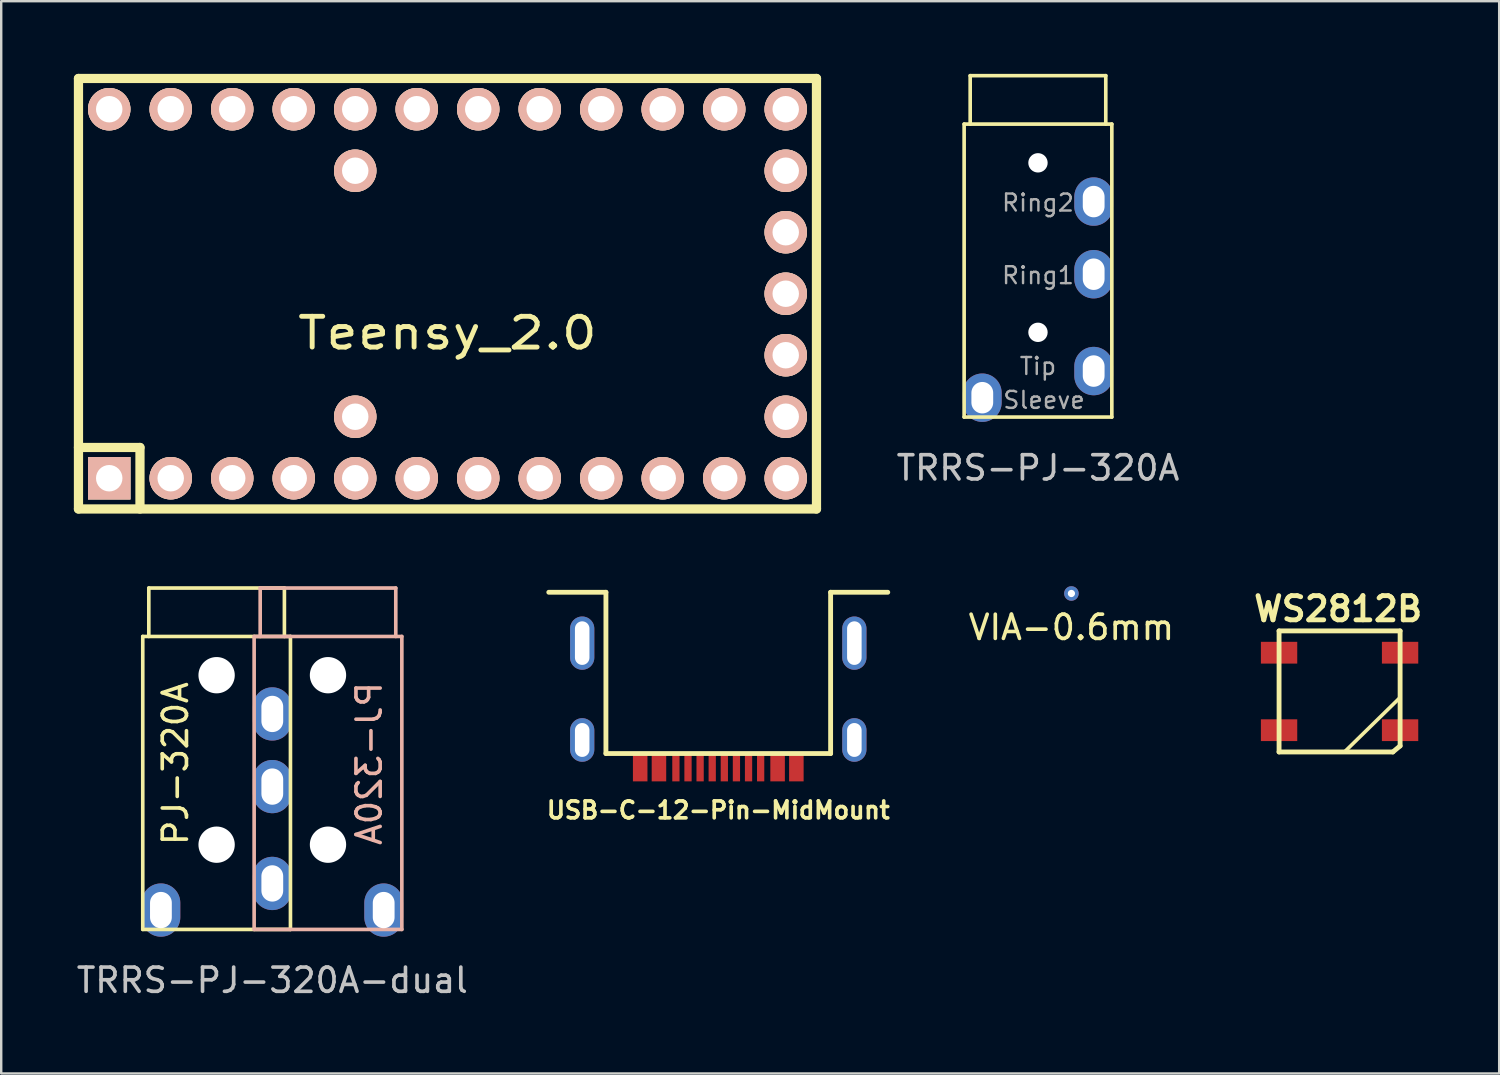
<source format=kicad_pcb>
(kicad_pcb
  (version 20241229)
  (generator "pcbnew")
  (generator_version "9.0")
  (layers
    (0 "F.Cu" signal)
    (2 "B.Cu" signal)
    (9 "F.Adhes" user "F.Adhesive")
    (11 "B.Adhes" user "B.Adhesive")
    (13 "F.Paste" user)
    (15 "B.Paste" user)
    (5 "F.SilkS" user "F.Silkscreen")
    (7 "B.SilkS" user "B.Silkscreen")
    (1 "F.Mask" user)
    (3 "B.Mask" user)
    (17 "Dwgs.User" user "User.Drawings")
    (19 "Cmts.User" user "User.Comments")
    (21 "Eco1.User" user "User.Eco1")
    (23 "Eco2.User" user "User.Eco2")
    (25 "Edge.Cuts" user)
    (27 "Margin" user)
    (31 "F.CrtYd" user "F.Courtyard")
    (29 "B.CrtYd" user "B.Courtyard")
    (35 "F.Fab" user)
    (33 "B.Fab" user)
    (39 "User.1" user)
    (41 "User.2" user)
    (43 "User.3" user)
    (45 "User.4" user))
  (footprint "VIA-0.6mm"
    (layer "F.Cu")
    (at 41.199 21.461)
    (property "Reference" "VIA-0.6mm" (at 0 1.4 0) (layer "F.SilkS") (effects (font (size 1 1) (thickness 0.15))))
    (attr through_hole)
    (pad "1" thru_hole circle (at 0 0) (size 0.6 0.6) (drill 0.3) (layers "*.Cu")))
  (footprint "USB-C-12-Pin-MidMount"
    (layer "F.Cu")
    (at 26.615 21.411)
    (property "Reference" "USB-C-12-Pin-MidMount" (at 0 9 0) (layer "F.SilkS") (effects (font (size 0.7 0.7) (thickness 0.15))))
    (attr through_hole)
    (fp_line (start -7 0) (end -4.64 0) (stroke (width 0.2) (type solid)) (layer "F.SilkS"))
    (fp_line (start -4.64 6.66) (end -4.64 0) (stroke (width 0.2) (type solid)) (layer "F.SilkS"))
    (fp_line (start -4.64 6.66) (end 4.64 6.66) (stroke (width 0.2) (type solid)) (layer "F.SilkS"))
    (fp_line (start 4.64 6.66) (end 4.64 0) (stroke (width 0.2) (type solid)) (layer "F.SilkS"))
    (fp_line (start 7 0) (end 4.64 0) (stroke (width 0.2) (type solid)) (layer "F.SilkS"))
    (pad "1" smd rect (at 3.225 7.235) (size 0.6 1.15) (layers "F.Cu" "F.Mask" "F.Paste"))
    (pad "2" smd rect (at 2.45 7.235) (size 0.6 1.15) (layers "F.Cu" "F.Mask" "F.Paste"))
    (pad "3" smd rect (at 1.75 7.235) (size 0.3 1.15) (layers "F.Cu" "F.Mask" "F.Paste"))
    (pad "4" smd rect (at 1.25 7.235) (size 0.3 1.15) (layers "F.Cu" "F.Mask" "F.Paste"))
    (pad "5" smd rect (at 0.75 7.235) (size 0.3 1.15) (layers "F.Cu" "F.Mask" "F.Paste"))
    (pad "6" smd rect (at 0.25 7.235) (size 0.3 1.15) (layers "F.Cu" "F.Mask" "F.Paste"))
    (pad "7" smd rect (at -0.25 7.235) (size 0.3 1.15) (layers "F.Cu" "F.Mask" "F.Paste"))
    (pad "8" smd rect (at -0.75 7.235) (size 0.3 1.15) (layers "F.Cu" "F.Mask" "F.Paste"))
    (pad "9" smd rect (at -1.25 7.235) (size 0.3 1.15) (layers "F.Cu" "F.Mask" "F.Paste"))
    (pad "10" smd rect (at -1.75 7.235) (size 0.3 1.15) (layers "F.Cu" "F.Mask" "F.Paste"))
    (pad "11" smd rect (at -2.45 7.235) (size 0.6 1.15) (layers "F.Cu" "F.Mask" "F.Paste"))
    (pad "12" smd rect (at -3.225 7.235) (size 0.6 1.15) (layers "F.Cu" "F.Mask" "F.Paste"))
    (pad "13" thru_hole oval (at -5.62 2.1) (size 1 2.2) (drill oval 0.6 1.8) (layers "*.Cu" "*.Mask"))
    (pad "13" thru_hole oval (at -5.62 6.1) (size 1 1.8) (drill oval 0.6 1.4) (layers "*.Cu" "*.Mask"))
    (pad "13" thru_hole oval (at 5.62 2.1) (size 1 2.2) (drill oval 0.6 1.8) (layers "*.Cu" "*.Mask"))
    (pad "13" thru_hole oval (at 5.62 6.1) (size 1 1.8) (drill oval 0.6 1.4) (layers "*.Cu" "*.Mask")))
  (footprint "TRRS-PJ-320A-dual"
    (layer "F.Cu")
    (at 8.196 23.236)
    (property "Reference" "TRRS-PJ-320A-dual" (at 0 14.2 0) (layer "Dwgs.User") (effects (font (size 1 1) (thickness 0.15))))
    (attr through_hole)
    (fp_line (start -5.35 0) (end -5.35 12.1) (stroke (width 0.15) (type solid)) (layer "F.SilkS"))
    (fp_line (start -5.1 0) (end -5.1 -2) (stroke (width 0.15) (type solid)) (layer "F.SilkS"))
    (fp_line (start 0.5 -2) (end -5.1 -2) (stroke (width 0.15) (type solid)) (layer "F.SilkS"))
    (fp_line (start 0.5 0) (end 0.5 -2) (stroke (width 0.15) (type solid)) (layer "F.SilkS"))
    (fp_line (start 0.75 0) (end -5.35 0) (stroke (width 0.15) (type solid)) (layer "F.SilkS"))
    (fp_line (start 0.75 0) (end 0.75 12.1) (stroke (width 0.15) (type solid)) (layer "F.SilkS"))
    (fp_line (start 0.75 12.1) (end -5.35 12.1) (stroke (width 0.15) (type solid)) (layer "F.SilkS"))
    (fp_line (start -0.75 0) (end -0.75 12.1) (stroke (width 0.15) (type solid)) (layer "B.SilkS"))
    (fp_line (start -0.75 0) (end 5.35 0) (stroke (width 0.15) (type solid)) (layer "B.SilkS"))
    (fp_line (start -0.75 12.1) (end 5.35 12.1) (stroke (width 0.15) (type solid)) (layer "B.SilkS"))
    (fp_line (start -0.5 -2) (end 5.1 -2) (stroke (width 0.15) (type solid)) (layer "B.SilkS"))
    (fp_line (start -0.5 0) (end -0.5 -2) (stroke (width 0.15) (type solid)) (layer "B.SilkS"))
    (fp_line (start 5.1 0) (end 5.1 -2) (stroke (width 0.15) (type solid)) (layer "B.SilkS"))
    (fp_line (start 5.35 0) (end 5.35 12.1) (stroke (width 0.15) (type solid)) (layer "B.SilkS"))
    (fp_text user "PJ-320A" (at -4 5.25 90) (layer "F.SilkS") (effects (font (size 1 1) (thickness 0.15))))
    (fp_text user "PJ-320A" (at 4 5.25 270) (layer "B.SilkS") (effects (font (size 1 1) (thickness 0.15)) (justify mirror)))
    (pad "" np_thru_hole circle (at -2.3 1.6) (size 1.5 1.5) (drill 1.5) (layers "*.Cu" "*.Mask"))
    (pad "" np_thru_hole circle (at -2.3 8.6) (size 1.5 1.5) (drill 1.5) (layers "*.Cu" "*.Mask"))
    (pad "" np_thru_hole circle (at 2.3 1.6) (size 1.5 1.5) (drill 1.5) (layers "*.Cu" "*.Mask"))
    (pad "" np_thru_hole circle (at 2.3 8.6) (size 1.5 1.5) (drill 1.5) (layers "*.Cu" "*.Mask"))
    (pad "1" thru_hole oval (at -4.6 11.3) (size 1.6 2.2) (drill oval 0.9 1.5) (layers "*.Cu" "*.Mask"))
    (pad "1" thru_hole oval (at 4.6 11.3) (size 1.6 2.2) (drill oval 0.9 1.5) (layers "*.Cu" "*.Mask"))
    (pad "2" thru_hole oval (at 0 10.2) (size 1.6 2.2) (drill oval 0.9 1.5) (layers "*.Cu" "*.Mask"))
    (pad "3" thru_hole oval (at 0 6.2) (size 1.6 2.2) (drill oval 0.9 1.5) (layers "*.Cu" "*.Mask"))
    (pad "4" thru_hole oval (at 0 3.2) (size 1.6 2.2) (drill oval 0.9 1.5) (layers "*.Cu" "*.Mask")))
  (footprint "TRRS-PJ-320A"
    (layer "F.Cu")
    (at 39.819 2.075)
    (property "Reference" "TRRS-PJ-320A" (at 0 14.2 0) (layer "Dwgs.User") (effects (font (size 1 1) (thickness 0.15))))
    (attr through_hole)
    (fp_line (start -3.05 0) (end -3.05 12.1) (stroke (width 0.15) (type solid)) (layer "F.SilkS"))
    (fp_line (start -2.8 0) (end -2.8 -2) (stroke (width 0.15) (type solid)) (layer "F.SilkS"))
    (fp_line (start 2.8 -2) (end -2.8 -2) (stroke (width 0.15) (type solid)) (layer "F.SilkS"))
    (fp_line (start 2.8 0) (end 2.8 -2) (stroke (width 0.15) (type solid)) (layer "F.SilkS"))
    (fp_line (start 3.05 0) (end -3.05 0) (stroke (width 0.15) (type solid)) (layer "F.SilkS"))
    (fp_line (start 3.05 0) (end 3.05 12.1) (stroke (width 0.15) (type solid)) (layer "F.SilkS"))
    (fp_line (start 3.05 12.1) (end -3.05 12.1) (stroke (width 0.15) (type solid)) (layer "F.SilkS"))
    (fp_text user "Tip" (at 0 10 0) (layer "F.Fab") (effects (font (size 0.7 0.7) (thickness 0.1))))
    (fp_text user "Sleeve" (at 0.25 11.4 0) (layer "F.Fab") (effects (font (size 0.7 0.7) (thickness 0.1))))
    (fp_text user "Ring1" (at 0 6.25 0) (layer "F.Fab") (effects (font (size 0.7 0.7) (thickness 0.1))))
    (fp_text user "Ring2" (at 0 3.25 0) (layer "F.Fab") (effects (font (size 0.7 0.7) (thickness 0.1))))
    (pad "" np_thru_hole circle (at 0 1.6) (size 0.8 0.8) (drill 0.8) (layers "*.Cu" "*.Mask"))
    (pad "" np_thru_hole circle (at 0 8.6) (size 0.8 0.8) (drill 0.8) (layers "*.Cu" "*.Mask"))
    (pad "1" thru_hole oval (at -2.3 11.3) (size 1.6 2) (drill oval 0.9 1.3) (layers "*.Cu" "*.Mask"))
    (pad "2" thru_hole oval (at 2.3 10.2) (size 1.6 2) (drill oval 0.9 1.3) (layers "*.Cu" "*.Mask"))
    (pad "3" thru_hole oval (at 2.3 6.2) (size 1.6 2) (drill oval 0.9 1.3) (layers "*.Cu" "*.Mask"))
    (pad "4" thru_hole oval (at 2.3 3.2) (size 1.6 2) (drill oval 0.9 1.3) (layers "*.Cu" "*.Mask")))
  (footprint "WS2812B"
    (layer "F.Cu")
    (at 52.275 25.507)
    (property "Reference" "WS2812B" (at -0.06 -3.41 0) (layer "F.SilkS") (effects (font (size 1 1) (thickness 0.2))))
    (attr smd)
    (fp_line (start -2.5 -2.5) (end 2.5 -2.5) (stroke (width 0.2) (type solid)) (layer "F.SilkS"))
    (fp_line (start -2.499 2.499) (end -2.499 -2.499) (stroke (width 0.2) (type solid)) (layer "F.SilkS"))
    (fp_line (start 0.2 2.5) (end 2.5 0.25) (stroke (width 0.15) (type solid)) (layer "F.SilkS"))
    (fp_line (start 2.2 2.5) (end -2.5 2.5) (stroke (width 0.2) (type solid)) (layer "F.SilkS"))
    (fp_line (start 2.2 2.5) (end 2.5 2.25) (stroke (width 0.2) (type solid)) (layer "F.SilkS"))
    (fp_line (start 2.5 2.25) (end 2.5 -2.5) (stroke (width 0.2) (type solid)) (layer "F.SilkS"))
    (pad "1" smd rect (at -2.499 -1.6 90) (size 0.899 1.501) (layers "F.Cu" "F.Mask" "F.Paste"))
    (pad "2" smd rect (at -2.499 1.6 90) (size 0.899 1.501) (layers "F.Cu" "F.Mask" "F.Paste"))
    (pad "3" smd rect (at 2.499 1.6 90) (size 0.899 1.501) (layers "F.Cu" "F.Mask" "F.Paste"))
    (pad "4" smd rect (at 2.499 -1.6 90) (size 0.899 1.501) (layers "F.Cu" "F.Mask" "F.Paste")))
  (footprint "Teensy_2.0"
    (layer "F.Cu")
    (at 15.431 9.081)
    (property "Reference" "Teensy_2.0" (at 0 1.625 0) (layer "F.SilkS") (effects (font (size 1.27 1.524) (thickness 0.203))))
    (attr through_hole)
    (fp_line (start -15.24 -8.89) (end -15.24 8.89) (stroke (width 0.381) (type solid)) (layer "F.SilkS"))
    (fp_line (start -15.24 6.35) (end -12.7 6.35) (stroke (width 0.381) (type solid)) (layer "F.SilkS"))
    (fp_line (start -15.24 8.89) (end 15.24 8.89) (stroke (width 0.381) (type solid)) (layer "F.SilkS"))
    (fp_line (start -12.7 6.35) (end -12.7 8.89) (stroke (width 0.381) (type solid)) (layer "F.SilkS"))
    (fp_line (start 15.24 -8.89) (end -15.24 -8.89) (stroke (width 0.381) (type solid)) (layer "F.SilkS"))
    (fp_line (start 15.24 8.89) (end 15.24 -8.89) (stroke (width 0.381) (type solid)) (layer "F.SilkS"))
    (pad "1" thru_hole rect (at -13.97 7.62) (size 1.753 1.753) (drill 1.092) (layers "*.Cu" "*.SilkS" "*.Mask"))
    (pad "2" thru_hole circle (at -11.43 7.62) (size 1.753 1.753) (drill 1.092) (layers "*.Cu" "*.SilkS" "*.Mask"))
    (pad "3" thru_hole circle (at -8.89 7.62) (size 1.753 1.753) (drill 1.092) (layers "*.Cu" "*.SilkS" "*.Mask"))
    (pad "4" thru_hole circle (at -6.35 7.62) (size 1.753 1.753) (drill 1.092) (layers "*.Cu" "*.SilkS" "*.Mask"))
    (pad "5" thru_hole circle (at -3.81 7.62) (size 1.753 1.753) (drill 1.092) (layers "*.Cu" "*.SilkS" "*.Mask"))
    (pad "6" thru_hole circle (at -1.27 7.62) (size 1.753 1.753) (drill 1.092) (layers "*.Cu" "*.SilkS" "*.Mask"))
    (pad "7" thru_hole circle (at 1.27 7.62) (size 1.753 1.753) (drill 1.092) (layers "*.Cu" "*.SilkS" "*.Mask"))
    (pad "8" thru_hole circle (at 3.81 7.62) (size 1.753 1.753) (drill 1.092) (layers "*.Cu" "*.SilkS" "*.Mask"))
    (pad "9" thru_hole circle (at 6.35 7.62) (size 1.753 1.753) (drill 1.092) (layers "*.Cu" "*.SilkS" "*.Mask"))
    (pad "10" thru_hole circle (at 8.89 7.62) (size 1.753 1.753) (drill 1.092) (layers "*.Cu" "*.SilkS" "*.Mask"))
    (pad "11" thru_hole circle (at 11.43 7.62) (size 1.753 1.753) (drill 1.092) (layers "*.Cu" "*.SilkS" "*.Mask"))
    (pad "12" thru_hole circle (at 13.97 7.62) (size 1.753 1.753) (drill 1.092) (layers "*.Cu" "*.SilkS" "*.Mask"))
    (pad "13" thru_hole circle (at 13.97 5.08 270) (size 1.753 1.753) (drill 1.092) (layers "*.Cu" "*.SilkS" "*.Mask"))
    (pad "14" thru_hole circle (at 13.97 2.54 270) (size 1.753 1.753) (drill 1.092) (layers "*.Cu" "*.SilkS" "*.Mask"))
    (pad "15" thru_hole circle (at 13.97 0 270) (size 1.753 1.753) (drill 1.092) (layers "*.Cu" "*.SilkS" "*.Mask"))
    (pad "16" thru_hole circle (at 13.97 -2.54 270) (size 1.753 1.753) (drill 1.092) (layers "*.Cu" "*.SilkS" "*.Mask"))
    (pad "17" thru_hole circle (at 13.97 -5.08 270) (size 1.753 1.753) (drill 1.092) (layers "*.Cu" "*.SilkS" "*.Mask"))
    (pad "18" thru_hole circle (at 13.97 -7.62) (size 1.753 1.753) (drill 1.092) (layers "*.Cu" "*.SilkS" "*.Mask"))
    (pad "19" thru_hole circle (at 11.43 -7.62) (size 1.753 1.753) (drill 1.092) (layers "*.Cu" "*.SilkS" "*.Mask"))
    (pad "20" thru_hole circle (at 8.89 -7.62) (size 1.753 1.753) (drill 1.092) (layers "*.Cu" "*.SilkS" "*.Mask"))
    (pad "21" thru_hole circle (at 6.35 -7.62) (size 1.753 1.753) (drill 1.092) (layers "*.Cu" "*.SilkS" "*.Mask"))
    (pad "22" thru_hole circle (at 3.81 -7.62) (size 1.753 1.753) (drill 1.092) (layers "*.Cu" "*.SilkS" "*.Mask"))
    (pad "23" thru_hole circle (at 1.27 -7.62) (size 1.753 1.753) (drill 1.092) (layers "*.Cu" "*.SilkS" "*.Mask"))
    (pad "24" thru_hole circle (at -1.27 -7.62) (size 1.753 1.753) (drill 1.092) (layers "*.Cu" "*.SilkS" "*.Mask"))
    (pad "25" thru_hole circle (at -3.81 -7.62) (size 1.753 1.753) (drill 1.092) (layers "*.Cu" "*.SilkS" "*.Mask"))
    (pad "26" thru_hole circle (at -6.35 -7.62) (size 1.753 1.753) (drill 1.092) (layers "*.Cu" "*.SilkS" "*.Mask"))
    (pad "27" thru_hole circle (at -8.89 -7.62) (size 1.753 1.753) (drill 1.092) (layers "*.Cu" "*.SilkS" "*.Mask"))
    (pad "28" thru_hole circle (at -11.43 -7.62) (size 1.753 1.753) (drill 1.092) (layers "*.Cu" "*.SilkS" "*.Mask"))
    (pad "29" thru_hole circle (at -13.97 -7.62) (size 1.753 1.753) (drill 1.092) (layers "*.Cu" "*.SilkS" "*.Mask"))
    (pad "30" thru_hole circle (at -3.81 -5.08 270) (size 1.753 1.753) (drill 1.092) (layers "*.Cu" "*.SilkS" "*.Mask"))
    (pad "31" thru_hole circle (at -3.81 5.08 270) (size 1.753 1.753) (drill 1.092) (layers "*.Cu" "*.SilkS" "*.Mask")))
  (gr_rect
    (start -3 -3)
    (end 58.867 41.284)
    (stroke (width 0.1) (type default))
    (fill no)
    (layer "Edge.Cuts")))
</source>
